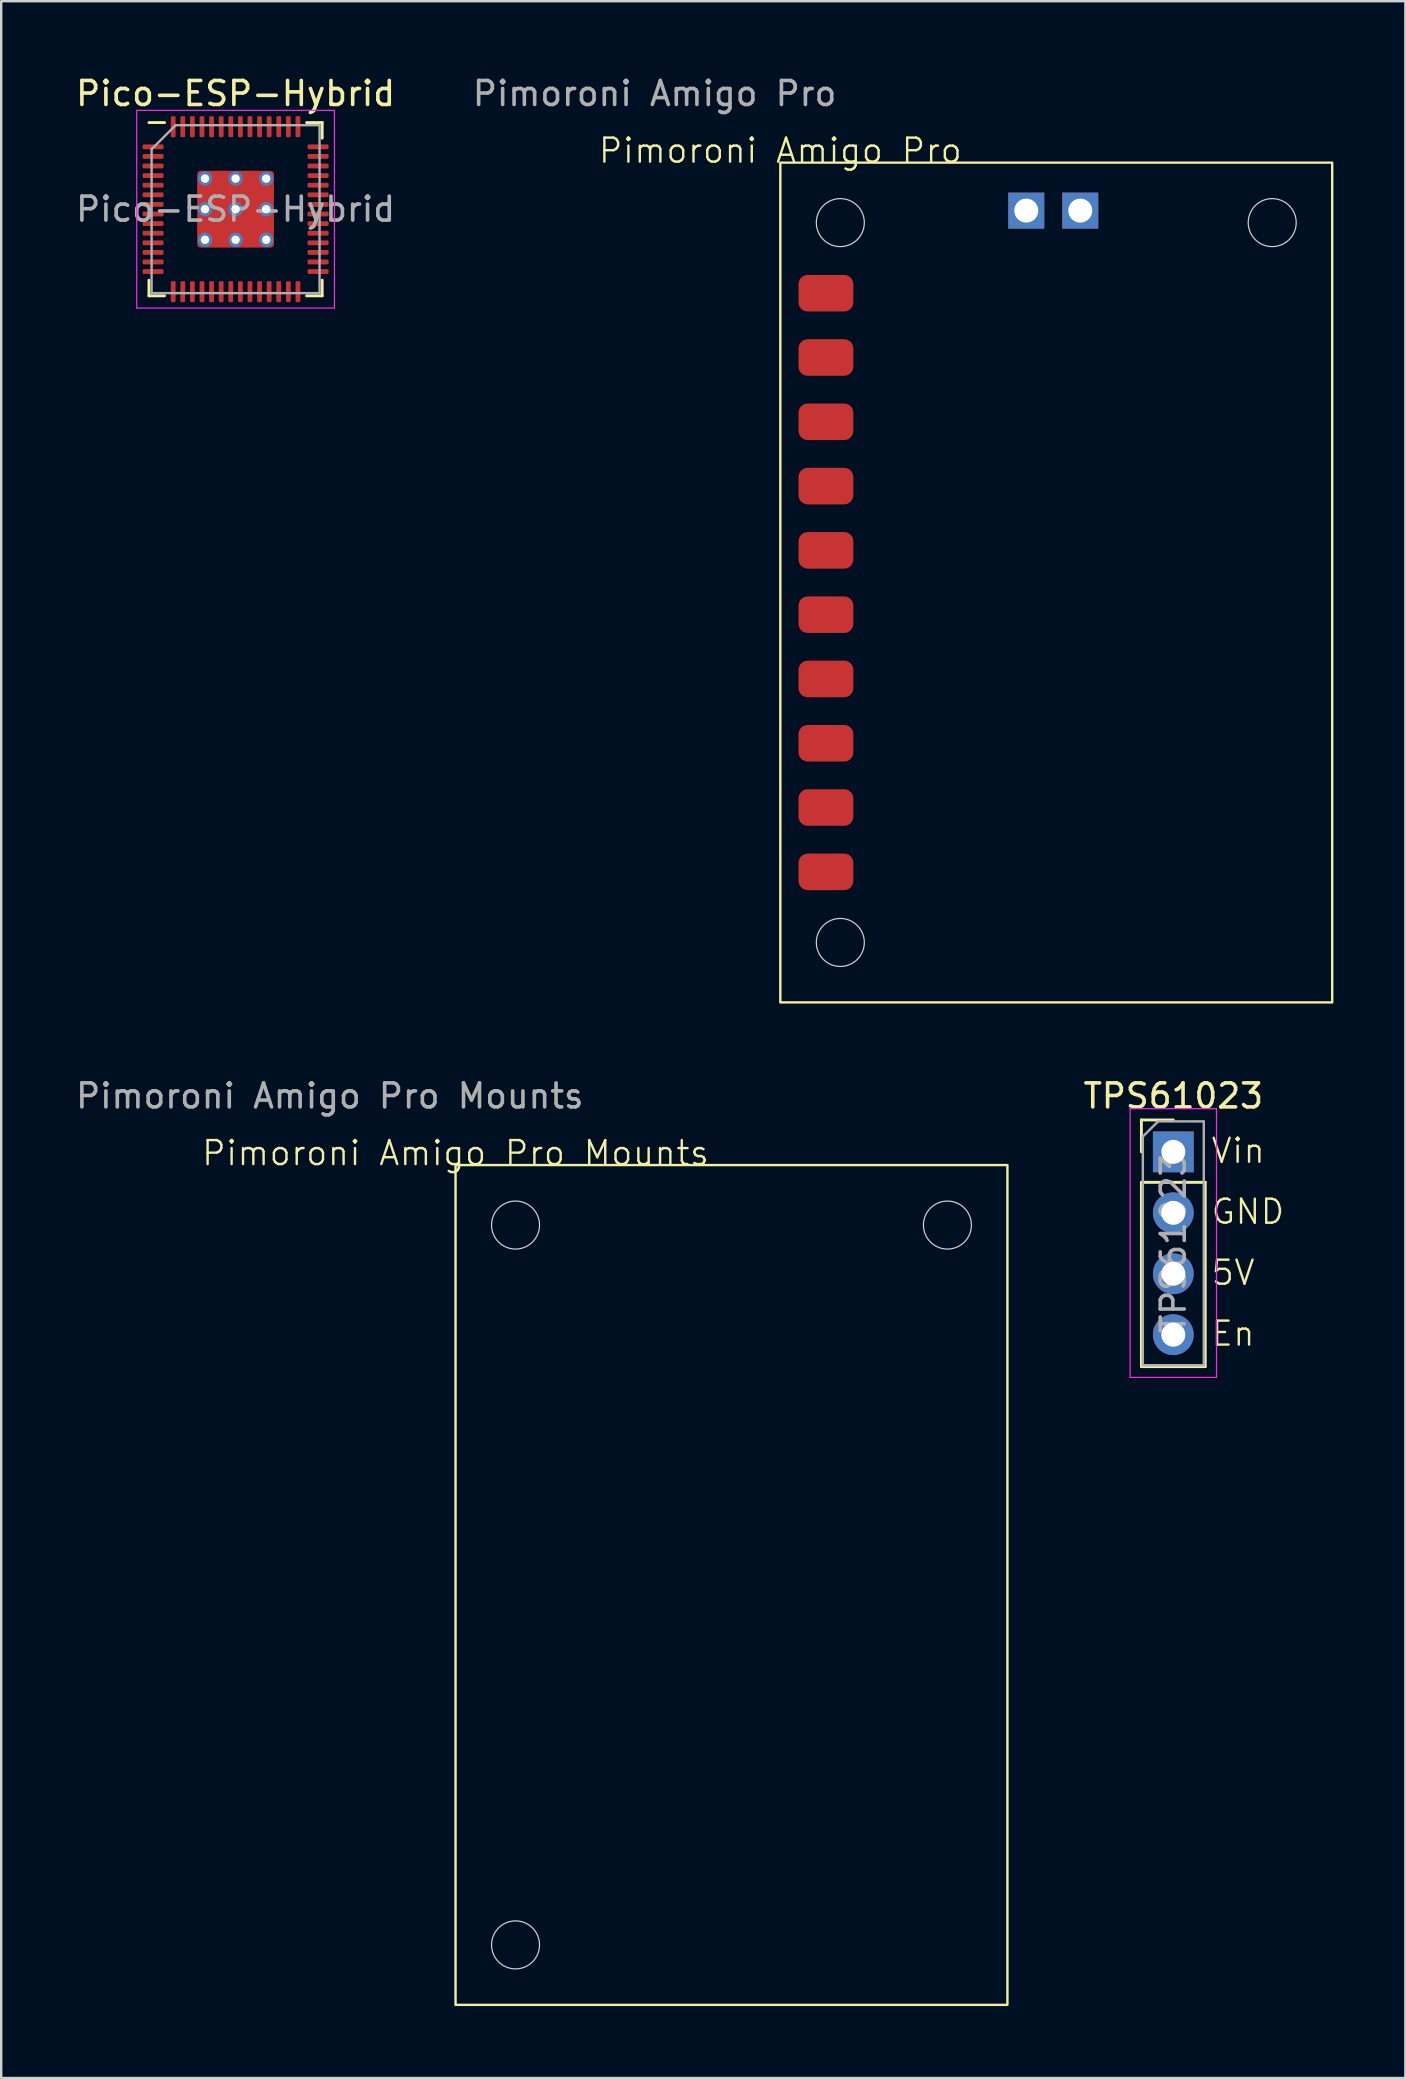
<source format=kicad_pcb>
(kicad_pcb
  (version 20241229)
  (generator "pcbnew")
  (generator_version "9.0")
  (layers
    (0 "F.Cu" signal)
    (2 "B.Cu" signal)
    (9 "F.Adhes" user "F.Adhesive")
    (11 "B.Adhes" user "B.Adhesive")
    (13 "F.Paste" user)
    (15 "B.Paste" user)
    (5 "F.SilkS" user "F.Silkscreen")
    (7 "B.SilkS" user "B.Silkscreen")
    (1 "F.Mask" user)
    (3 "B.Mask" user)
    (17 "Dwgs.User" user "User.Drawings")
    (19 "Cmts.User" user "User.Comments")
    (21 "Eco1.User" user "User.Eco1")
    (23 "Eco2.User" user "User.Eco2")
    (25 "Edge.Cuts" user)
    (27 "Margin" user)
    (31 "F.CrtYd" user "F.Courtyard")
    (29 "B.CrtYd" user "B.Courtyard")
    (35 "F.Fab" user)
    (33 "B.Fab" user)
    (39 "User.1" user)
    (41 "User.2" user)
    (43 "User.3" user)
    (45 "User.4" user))
  (footprint "TPS61023"
    (layer "F.Cu")
    (at 45.85 44.956)
    (property "Reference" "TPS61023" (at 0 -2.33 0) (layer "F.SilkS") (effects (font (size 1 1) (thickness 0.15))))
    (attr through_hole)
    (fp_line (start -1.33 -1.33) (end 0 -1.33) (stroke (width 0.12) (type solid)) (layer "F.SilkS"))
    (fp_line (start -1.33 0) (end -1.33 -1.33) (stroke (width 0.12) (type solid)) (layer "F.SilkS"))
    (fp_line (start -1.33 1.27) (end -1.33 8.95) (stroke (width 0.12) (type solid)) (layer "F.SilkS"))
    (fp_line (start -1.33 1.27) (end 1.33 1.27) (stroke (width 0.12) (type solid)) (layer "F.SilkS"))
    (fp_line (start -1.33 8.95) (end 1.33 8.95) (stroke (width 0.12) (type solid)) (layer "F.SilkS"))
    (fp_line (start 1.33 1.27) (end 1.33 8.95) (stroke (width 0.12) (type solid)) (layer "F.SilkS"))
    (fp_line (start -1.8 -1.8) (end -1.8 9.4) (stroke (width 0.05) (type solid)) (layer "F.CrtYd"))
    (fp_line (start -1.8 9.4) (end 1.8 9.4) (stroke (width 0.05) (type solid)) (layer "F.CrtYd"))
    (fp_line (start 1.8 -1.8) (end -1.8 -1.8) (stroke (width 0.05) (type solid)) (layer "F.CrtYd"))
    (fp_line (start 1.8 9.4) (end 1.8 -1.8) (stroke (width 0.05) (type solid)) (layer "F.CrtYd"))
    (fp_line (start -1.27 -0.635) (end -0.635 -1.27) (stroke (width 0.1) (type solid)) (layer "F.Fab"))
    (fp_line (start -1.27 8.89) (end -1.27 -0.635) (stroke (width 0.1) (type solid)) (layer "F.Fab"))
    (fp_line (start -0.635 -1.27) (end 1.27 -1.27) (stroke (width 0.1) (type solid)) (layer "F.Fab"))
    (fp_line (start 1.27 -1.27) (end 1.27 8.89) (stroke (width 0.1) (type solid)) (layer "F.Fab"))
    (fp_line (start 1.27 8.89) (end -1.27 8.89) (stroke (width 0.1) (type solid)) (layer "F.Fab"))
    (fp_text user "En" (at 1.52 8.159 0) (unlocked yes) (layer "F.SilkS") (effects (font (size 1 1) (thickness 0.1)) (justify left bottom)))
    (fp_text user "GND" (at 1.52 3.079 0) (unlocked yes) (layer "F.SilkS") (effects (font (size 1 1) (thickness 0.1)) (justify left bottom)))
    (fp_text user "5V" (at 1.52 5.62 0) (unlocked yes) (layer "F.SilkS") (effects (font (size 1 1) (thickness 0.1)) (justify left bottom)))
    (fp_text user "Vin" (at 1.52 0.539 0) (unlocked yes) (layer "F.SilkS") (effects (font (size 1 1) (thickness 0.1)) (justify left bottom)))
    (fp_text user "${REFERENCE}" (at 0 3.81 90) (layer "F.Fab") (effects (font (size 1 1) (thickness 0.15))))
    (pad "1" thru_hole rect (at 0 0) (size 1.7 1.7) (drill 1) (layers "*.Cu" "*.Mask"))
    (pad "2" thru_hole oval (at 0 2.54) (size 1.7 1.7) (drill 1) (layers "*.Cu" "*.Mask"))
    (pad "3" thru_hole oval (at 0 5.08) (size 1.7 1.7) (drill 1) (layers "*.Cu" "*.Mask"))
    (pad "4" thru_hole oval (at 0 7.62) (size 1.7 1.7) (drill 1) (layers "*.Cu" "*.Mask")))
  (footprint "Pimoroni Amigo Pro Mounts"
    (layer "F.Cu")
    (at 15.936 45.507)
    (property "Reference" "Pimoroni Amigo Pro Mounts" (at 0 -0.5 0) (unlocked yes) (layer "F.SilkS") (effects (font (size 1 1) (thickness 0.1))))
    (attr smd)
    (fp_rect (start 0 0) (end 23 35) (stroke (width 0.1) (type default)) (fill no) (layer "F.SilkS"))
    (fp_circle (center 2.5 2.5) (end 3.5 2.5) (stroke (width 0.05) (type default)) (fill no) (layer "Edge.Cuts"))
    (fp_circle (center 2.5 32.5) (end 3.5 32.5) (stroke (width 0.05) (type default)) (fill no) (layer "Edge.Cuts"))
    (fp_circle (center 20.5 2.5) (end 21.5 2.5) (stroke (width 0.05) (type default)) (fill no) (layer "Edge.Cuts"))
    (fp_text user "${REFERENCE}" (at -5.24 -2.88 0) (unlocked yes) (layer "F.Fab") (effects (font (size 1 1) (thickness 0.15)))))
  (footprint "Pico-ESP-Hybrid"
    (layer "F.Cu")
    (at 6.768 5.668)
    (property "Reference" "Pico-ESP-Hybrid" (at 0 -4.82 0) (layer "F.SilkS") (effects (font (size 1 1) (thickness 0.15))))
    (attr smd)
    (fp_line (start -3.61 3.61) (end -3.61 2.96) (stroke (width 0.12) (type solid)) (layer "F.SilkS"))
    (fp_line (start -2.96 -3.61) (end -3.61 -3.61) (stroke (width 0.12) (type solid)) (layer "F.SilkS"))
    (fp_line (start -2.96 3.61) (end -3.61 3.61) (stroke (width 0.12) (type solid)) (layer "F.SilkS"))
    (fp_line (start 2.96 -3.61) (end 3.61 -3.61) (stroke (width 0.12) (type solid)) (layer "F.SilkS"))
    (fp_line (start 2.96 3.61) (end 3.61 3.61) (stroke (width 0.12) (type solid)) (layer "F.SilkS"))
    (fp_line (start 3.61 -3.61) (end 3.61 -2.96) (stroke (width 0.12) (type solid)) (layer "F.SilkS"))
    (fp_line (start 3.61 3.61) (end 3.61 2.96) (stroke (width 0.12) (type solid)) (layer "F.SilkS"))
    (fp_line (start -4.12 -4.12) (end -4.12 4.12) (stroke (width 0.05) (type solid)) (layer "F.CrtYd"))
    (fp_line (start -4.12 4.12) (end 4.12 4.12) (stroke (width 0.05) (type solid)) (layer "F.CrtYd"))
    (fp_line (start 4.12 -4.12) (end -4.12 -4.12) (stroke (width 0.05) (type solid)) (layer "F.CrtYd"))
    (fp_line (start 4.12 4.12) (end 4.12 -4.12) (stroke (width 0.05) (type solid)) (layer "F.CrtYd"))
    (fp_line (start -3.5 -2.5) (end -2.5 -3.5) (stroke (width 0.1) (type solid)) (layer "F.Fab"))
    (fp_line (start -3.5 3.5) (end -3.5 -2.5) (stroke (width 0.1) (type solid)) (layer "F.Fab"))
    (fp_line (start -2.5 -3.5) (end 3.5 -3.5) (stroke (width 0.1) (type solid)) (layer "F.Fab"))
    (fp_line (start 3.5 -3.5) (end 3.5 3.5) (stroke (width 0.1) (type solid)) (layer "F.Fab"))
    (fp_line (start 3.5 3.5) (end -3.5 3.5) (stroke (width 0.1) (type solid)) (layer "F.Fab"))
    (fp_text user "${REFERENCE}" (at 0 0 0) (layer "F.Fab") (effects (font (size 1 1) (thickness 0.15))))
    (pad "" smd roundrect (at -0.637 -0.637) (size 1.084 1.084) (layers "F.Paste") (roundrect_rratio 0.231))
    (pad "" smd roundrect (at -0.637 0.637) (size 1.084 1.084) (layers "F.Paste") (roundrect_rratio 0.231))
    (pad "" smd roundrect (at 0.637 -0.637) (size 1.084 1.084) (layers "F.Paste") (roundrect_rratio 0.231))
    (pad "" smd roundrect (at 0.637 0.637) (size 1.084 1.084) (layers "F.Paste") (roundrect_rratio 0.231))
    (pad "1" smd roundrect (at -3.438 -2.6) (size 0.875 0.2) (layers "F.Cu" "F.Mask" "F.Paste") (roundrect_rratio 0.25))
    (pad "2" smd roundrect (at -3.438 -2.2) (size 0.875 0.2) (layers "F.Cu" "F.Mask" "F.Paste") (roundrect_rratio 0.25))
    (pad "3" smd roundrect (at -3.438 -1.8) (size 0.875 0.2) (layers "F.Cu" "F.Mask" "F.Paste") (roundrect_rratio 0.25))
    (pad "4" smd roundrect (at -3.438 -1.4) (size 0.875 0.2) (layers "F.Cu" "F.Mask" "F.Paste") (roundrect_rratio 0.25))
    (pad "5" smd roundrect (at -3.438 -1) (size 0.875 0.2) (layers "F.Cu" "F.Mask" "F.Paste") (roundrect_rratio 0.25))
    (pad "6" smd roundrect (at -3.438 -0.6) (size 0.875 0.2) (layers "F.Cu" "F.Mask" "F.Paste") (roundrect_rratio 0.25))
    (pad "7" smd roundrect (at -3.438 -0.2) (size 0.875 0.2) (layers "F.Cu" "F.Mask" "F.Paste") (roundrect_rratio 0.25))
    (pad "8" smd roundrect (at -3.438 0.2) (size 0.875 0.2) (layers "F.Cu" "F.Mask" "F.Paste") (roundrect_rratio 0.25))
    (pad "9" smd roundrect (at -3.438 0.6) (size 0.875 0.2) (layers "F.Cu" "F.Mask" "F.Paste") (roundrect_rratio 0.25))
    (pad "10" smd roundrect (at -3.438 1) (size 0.875 0.2) (layers "F.Cu" "F.Mask" "F.Paste") (roundrect_rratio 0.25))
    (pad "11" smd roundrect (at -3.438 1.4) (size 0.875 0.2) (layers "F.Cu" "F.Mask" "F.Paste") (roundrect_rratio 0.25))
    (pad "12" smd roundrect (at -3.438 1.8) (size 0.875 0.2) (layers "F.Cu" "F.Mask" "F.Paste") (roundrect_rratio 0.25))
    (pad "13" smd roundrect (at -3.438 2.2) (size 0.875 0.2) (layers "F.Cu" "F.Mask" "F.Paste") (roundrect_rratio 0.25))
    (pad "14" smd roundrect (at -3.438 2.6) (size 0.875 0.2) (layers "F.Cu" "F.Mask" "F.Paste") (roundrect_rratio 0.25))
    (pad "15" smd roundrect (at -2.6 3.438) (size 0.2 0.875) (layers "F.Cu" "F.Mask" "F.Paste") (roundrect_rratio 0.25))
    (pad "16" smd roundrect (at -2.2 3.438) (size 0.2 0.875) (layers "F.Cu" "F.Mask" "F.Paste") (roundrect_rratio 0.25))
    (pad "17" smd roundrect (at -1.8 3.438) (size 0.2 0.875) (layers "F.Cu" "F.Mask" "F.Paste") (roundrect_rratio 0.25))
    (pad "18" smd roundrect (at -1.4 3.438) (size 0.2 0.875) (layers "F.Cu" "F.Mask" "F.Paste") (roundrect_rratio 0.25))
    (pad "19" smd roundrect (at -1 3.438) (size 0.2 0.875) (layers "F.Cu" "F.Mask" "F.Paste") (roundrect_rratio 0.25))
    (pad "20" smd roundrect (at -0.6 3.438) (size 0.2 0.875) (layers "F.Cu" "F.Mask" "F.Paste") (roundrect_rratio 0.25))
    (pad "21" smd roundrect (at -0.2 3.438) (size 0.2 0.875) (layers "F.Cu" "F.Mask" "F.Paste") (roundrect_rratio 0.25))
    (pad "22" smd roundrect (at 0.2 3.438) (size 0.2 0.875) (layers "F.Cu" "F.Mask" "F.Paste") (roundrect_rratio 0.25))
    (pad "23" smd roundrect (at 0.6 3.438) (size 0.2 0.875) (layers "F.Cu" "F.Mask" "F.Paste") (roundrect_rratio 0.25))
    (pad "24" smd roundrect (at 1 3.438) (size 0.2 0.875) (layers "F.Cu" "F.Mask" "F.Paste") (roundrect_rratio 0.25))
    (pad "25" smd roundrect (at 1.4 3.438) (size 0.2 0.875) (layers "F.Cu" "F.Mask" "F.Paste") (roundrect_rratio 0.25))
    (pad "26" smd roundrect (at 1.8 3.438) (size 0.2 0.875) (layers "F.Cu" "F.Mask" "F.Paste") (roundrect_rratio 0.25))
    (pad "27" smd roundrect (at 2.2 3.438) (size 0.2 0.875) (layers "F.Cu" "F.Mask" "F.Paste") (roundrect_rratio 0.25))
    (pad "28" smd roundrect (at 2.6 3.438) (size 0.2 0.875) (layers "F.Cu" "F.Mask" "F.Paste") (roundrect_rratio 0.25))
    (pad "29" smd roundrect (at 3.438 2.6) (size 0.875 0.2) (layers "F.Cu" "F.Mask" "F.Paste") (roundrect_rratio 0.25))
    (pad "30" smd roundrect (at 3.438 2.2) (size 0.875 0.2) (layers "F.Cu" "F.Mask" "F.Paste") (roundrect_rratio 0.25))
    (pad "31" smd roundrect (at 3.438 1.8) (size 0.875 0.2) (layers "F.Cu" "F.Mask" "F.Paste") (roundrect_rratio 0.25))
    (pad "32" smd roundrect (at 3.438 1.4) (size 0.875 0.2) (layers "F.Cu" "F.Mask" "F.Paste") (roundrect_rratio 0.25))
    (pad "33" smd roundrect (at 3.438 1) (size 0.875 0.2) (layers "F.Cu" "F.Mask" "F.Paste") (roundrect_rratio 0.25))
    (pad "34" smd roundrect (at 3.438 0.6) (size 0.875 0.2) (layers "F.Cu" "F.Mask" "F.Paste") (roundrect_rratio 0.25))
    (pad "35" smd roundrect (at 3.438 0.2) (size 0.875 0.2) (layers "F.Cu" "F.Mask" "F.Paste") (roundrect_rratio 0.25))
    (pad "36" smd roundrect (at 3.438 -0.2) (size 0.875 0.2) (layers "F.Cu" "F.Mask" "F.Paste") (roundrect_rratio 0.25))
    (pad "37" smd roundrect (at 3.438 -0.6) (size 0.875 0.2) (layers "F.Cu" "F.Mask" "F.Paste") (roundrect_rratio 0.25))
    (pad "38" smd roundrect (at 3.438 -1) (size 0.875 0.2) (layers "F.Cu" "F.Mask" "F.Paste") (roundrect_rratio 0.25))
    (pad "39" smd roundrect (at 3.438 -1.4) (size 0.875 0.2) (layers "F.Cu" "F.Mask" "F.Paste") (roundrect_rratio 0.25))
    (pad "40" smd roundrect (at 3.438 -1.8) (size 0.875 0.2) (layers "F.Cu" "F.Mask" "F.Paste") (roundrect_rratio 0.25))
    (pad "41" smd roundrect (at 3.438 -2.2) (size 0.875 0.2) (layers "F.Cu" "F.Mask" "F.Paste") (roundrect_rratio 0.25))
    (pad "42" smd roundrect (at 3.438 -2.6) (size 0.875 0.2) (layers "F.Cu" "F.Mask" "F.Paste") (roundrect_rratio 0.25))
    (pad "43" smd roundrect (at 2.6 -3.438) (size 0.2 0.875) (layers "F.Cu" "F.Mask" "F.Paste") (roundrect_rratio 0.25))
    (pad "44" smd roundrect (at 2.2 -3.438) (size 0.2 0.875) (layers "F.Cu" "F.Mask" "F.Paste") (roundrect_rratio 0.25))
    (pad "45" smd roundrect (at 1.8 -3.438) (size 0.2 0.875) (layers "F.Cu" "F.Mask" "F.Paste") (roundrect_rratio 0.25))
    (pad "46" smd roundrect (at 1.4 -3.438) (size 0.2 0.875) (layers "F.Cu" "F.Mask" "F.Paste") (roundrect_rratio 0.25))
    (pad "47" smd roundrect (at 1 -3.438) (size 0.2 0.875) (layers "F.Cu" "F.Mask" "F.Paste") (roundrect_rratio 0.25))
    (pad "48" smd roundrect (at 0.6 -3.438) (size 0.2 0.875) (layers "F.Cu" "F.Mask" "F.Paste") (roundrect_rratio 0.25))
    (pad "49" smd roundrect (at 0.2 -3.438) (size 0.2 0.875) (layers "F.Cu" "F.Mask" "F.Paste") (roundrect_rratio 0.25))
    (pad "50" smd roundrect (at -0.2 -3.438) (size 0.2 0.875) (layers "F.Cu" "F.Mask" "F.Paste") (roundrect_rratio 0.25))
    (pad "51" smd roundrect (at -0.6 -3.438) (size 0.2 0.875) (layers "F.Cu" "F.Mask" "F.Paste") (roundrect_rratio 0.25))
    (pad "52" smd roundrect (at -1 -3.438) (size 0.2 0.875) (layers "F.Cu" "F.Mask" "F.Paste") (roundrect_rratio 0.25))
    (pad "53" smd roundrect (at -1.4 -3.438) (size 0.2 0.875) (layers "F.Cu" "F.Mask" "F.Paste") (roundrect_rratio 0.25))
    (pad "54" smd roundrect (at -1.8 -3.438) (size 0.2 0.875) (layers "F.Cu" "F.Mask" "F.Paste") (roundrect_rratio 0.25))
    (pad "55" smd roundrect (at -2.2 -3.438) (size 0.2 0.875) (layers "F.Cu" "F.Mask" "F.Paste") (roundrect_rratio 0.25))
    (pad "56" smd roundrect (at -2.6 -3.438) (size 0.2 0.875) (layers "F.Cu" "F.Mask" "F.Paste") (roundrect_rratio 0.25))
    (pad "57" thru_hole circle (at -1.275 -1.275) (size 0.6 0.6) (drill 0.35) (layers "*.Cu"))
    (pad "57" thru_hole circle (at -1.275 0) (size 0.6 0.6) (drill 0.35) (layers "*.Cu"))
    (pad "57" thru_hole circle (at -1.275 1.275) (size 0.6 0.6) (drill 0.35) (layers "*.Cu"))
    (pad "57" thru_hole circle (at 0 -1.275) (size 0.6 0.6) (drill 0.35) (layers "*.Cu"))
    (pad "57" thru_hole circle (at 0 0) (size 0.6 0.6) (drill 0.35) (layers "*.Cu"))
    (pad "57" smd roundrect (at 0 0) (size 3.2 3.2) (layers "F.Cu" "F.Mask") (roundrect_rratio 0.045))
    (pad "57" thru_hole circle (at 0 1.275) (size 0.6 0.6) (drill 0.35) (layers "*.Cu"))
    (pad "57" thru_hole circle (at 1.275 -1.275) (size 0.6 0.6) (drill 0.35) (layers "*.Cu"))
    (pad "57" thru_hole circle (at 1.275 0) (size 0.6 0.6) (drill 0.35) (layers "*.Cu"))
    (pad "57" thru_hole circle (at 1.275 1.275) (size 0.6 0.6) (drill 0.35) (layers "*.Cu")))
  (footprint "Pimoroni Amigo Pro"
    (layer "F.Cu")
    (at 29.472 3.728)
    (property "Reference" "Pimoroni Amigo Pro" (at 0 -0.5 0) (unlocked yes) (layer "F.SilkS") (effects (font (size 1 1) (thickness 0.1))))
    (attr smd)
    (fp_rect (start 0 0) (end 23 35) (stroke (width 0.1) (type default)) (fill no) (layer "F.SilkS"))
    (fp_circle (center 2.5 2.5) (end 3.5 2.5) (stroke (width 0.05) (type default)) (fill no) (layer "Edge.Cuts"))
    (fp_circle (center 2.5 32.5) (end 3.5 32.5) (stroke (width 0.05) (type default)) (fill no) (layer "Edge.Cuts"))
    (fp_circle (center 20.5 2.5) (end 21.5 2.5) (stroke (width 0.05) (type default)) (fill no) (layer "Edge.Cuts"))
    (fp_text user "${REFERENCE}" (at -5.24 -2.88 0) (unlocked yes) (layer "F.Fab") (effects (font (size 1 1) (thickness 0.15))))
    (pad "1" smd roundrect (at 1.9 5.442) (size 2.286 1.524) (layers "F.Cu" "F.Mask" "F.Paste") (roundrect_rratio 0.25))
    (pad "2" smd roundrect (at 1.9 8.122) (size 2.286 1.524) (layers "F.Cu" "F.Mask" "F.Paste") (roundrect_rratio 0.25))
    (pad "3" smd roundrect (at 1.9 10.801) (size 2.286 1.524) (layers "F.Cu" "F.Mask" "F.Paste") (roundrect_rratio 0.25))
    (pad "4" smd roundrect (at 1.9 13.481) (size 2.286 1.524) (layers "F.Cu" "F.Mask" "F.Paste") (roundrect_rratio 0.25))
    (pad "5" smd roundrect (at 1.9 16.16) (size 2.286 1.524) (layers "F.Cu" "F.Mask" "F.Paste") (roundrect_rratio 0.25))
    (pad "6" smd roundrect (at 1.9 18.84) (size 2.286 1.524) (layers "F.Cu" "F.Mask" "F.Paste") (roundrect_rratio 0.25))
    (pad "7" smd roundrect (at 1.9 21.519) (size 2.286 1.524) (layers "F.Cu" "F.Mask" "F.Paste") (roundrect_rratio 0.25))
    (pad "8" smd roundrect (at 1.9 24.199) (size 2.286 1.524) (layers "F.Cu" "F.Mask" "F.Paste") (roundrect_rratio 0.25))
    (pad "9" smd roundrect (at 1.9 26.878) (size 2.286 1.524) (layers "F.Cu" "F.Mask" "F.Paste") (roundrect_rratio 0.25))
    (pad "10" smd roundrect (at 1.9 29.558) (size 2.286 1.524) (layers "F.Cu" "F.Mask" "F.Paste") (roundrect_rratio 0.25))
    (pad "15" thru_hole rect (at 10.25 2) (size 1.5 1.5) (drill 1) (layers "*.Cu" "*.Mask"))
    (pad "16" thru_hole rect (at 12.5 2) (size 1.5 1.5) (drill 1) (layers "*.Cu" "*.Mask")))
  (gr_rect
    (start -3 -3)
    (end 55.522 83.556)
    (stroke (width 0.1) (type default))
    (fill no)
    (layer "Edge.Cuts")))
</source>
